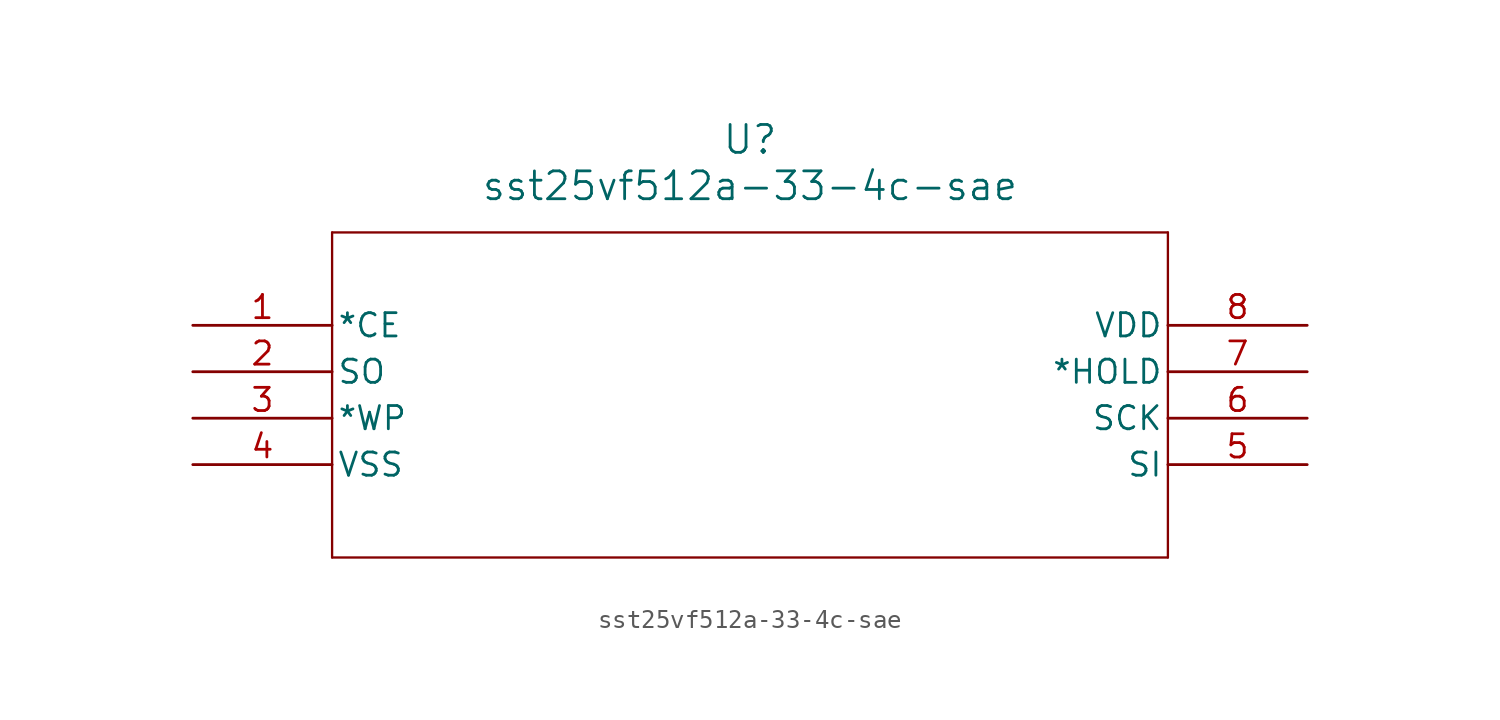
<source format=kicad_sym>
(kicad_symbol_lib
  (version 20211014)
  (generator kicad_symbol_editor)
  (symbol "sst25vf512a-33-4c-sae"
    (pin_names
      (offset 0.254))
    (property "Reference" "U"
      (at 30.48 10.16 0)
      (effects (font (size 1.524 1.524))))
    (property "Value" "sst25vf512a-33-4c-sae"
      (at 30.48 7.62 0)
      (effects (font (size 1.524 1.524))))
    (symbol "sst25vf512a-33-4c-sae_0_1"
      (polyline (pts (xy 7.62 5.08) (xy 7.62 -12.7)) (stroke (width 0.127) (type default) (color 0 0 0 0)) (fill (type none)))
      (polyline (pts (xy 7.62 -12.7) (xy 53.34 -12.7)) (stroke (width 0.127) (type default) (color 0 0 0 0)) (fill (type none)))
      (polyline (pts (xy 53.34 -12.7) (xy 53.34 5.08)) (stroke (width 0.127) (type default) (color 0 0 0 0)) (fill (type none)))
      (polyline (pts (xy 53.34 5.08) (xy 7.62 5.08)) (stroke (width 0.127) (type default) (color 0 0 0 0)) (fill (type none)))
      (pin input line (at 0 0 0) (length 7.62) (name "*CE" (effects (font (size 1.27 1.27)))) (number "1" (effects (font (size 1.27 1.27)))))
      (pin output line (at 0 -2.54 0) (length 7.62) (name "SO" (effects (font (size 1.27 1.27)))) (number "2" (effects (font (size 1.27 1.27)))))
      (pin input line (at 0 -5.08 0) (length 7.62) (name "*WP" (effects (font (size 1.27 1.27)))) (number "3" (effects (font (size 1.27 1.27)))))
      (pin power_in line (at 0 -7.62 0) (length 7.62) (name "VSS" (effects (font (size 1.27 1.27)))) (number "4" (effects (font (size 1.27 1.27)))))
      (pin input line (at 60.96 -7.62 180) (length 7.62) (name "SI" (effects (font (size 1.27 1.27)))) (number "5" (effects (font (size 1.27 1.27)))))
      (pin input line (at 60.96 -5.08 180) (length 7.62) (name "SCK" (effects (font (size 1.27 1.27)))) (number "6" (effects (font (size 1.27 1.27)))))
      (pin input line (at 60.96 -2.54 180) (length 7.62) (name "*HOLD" (effects (font (size 1.27 1.27)))) (number "7" (effects (font (size 1.27 1.27)))))
      (pin power_in line (at 60.96 0 180) (length 7.62) (name "VDD" (effects (font (size 1.27 1.27)))) (number "8" (effects (font (size 1.27 1.27))))))))
</source>
